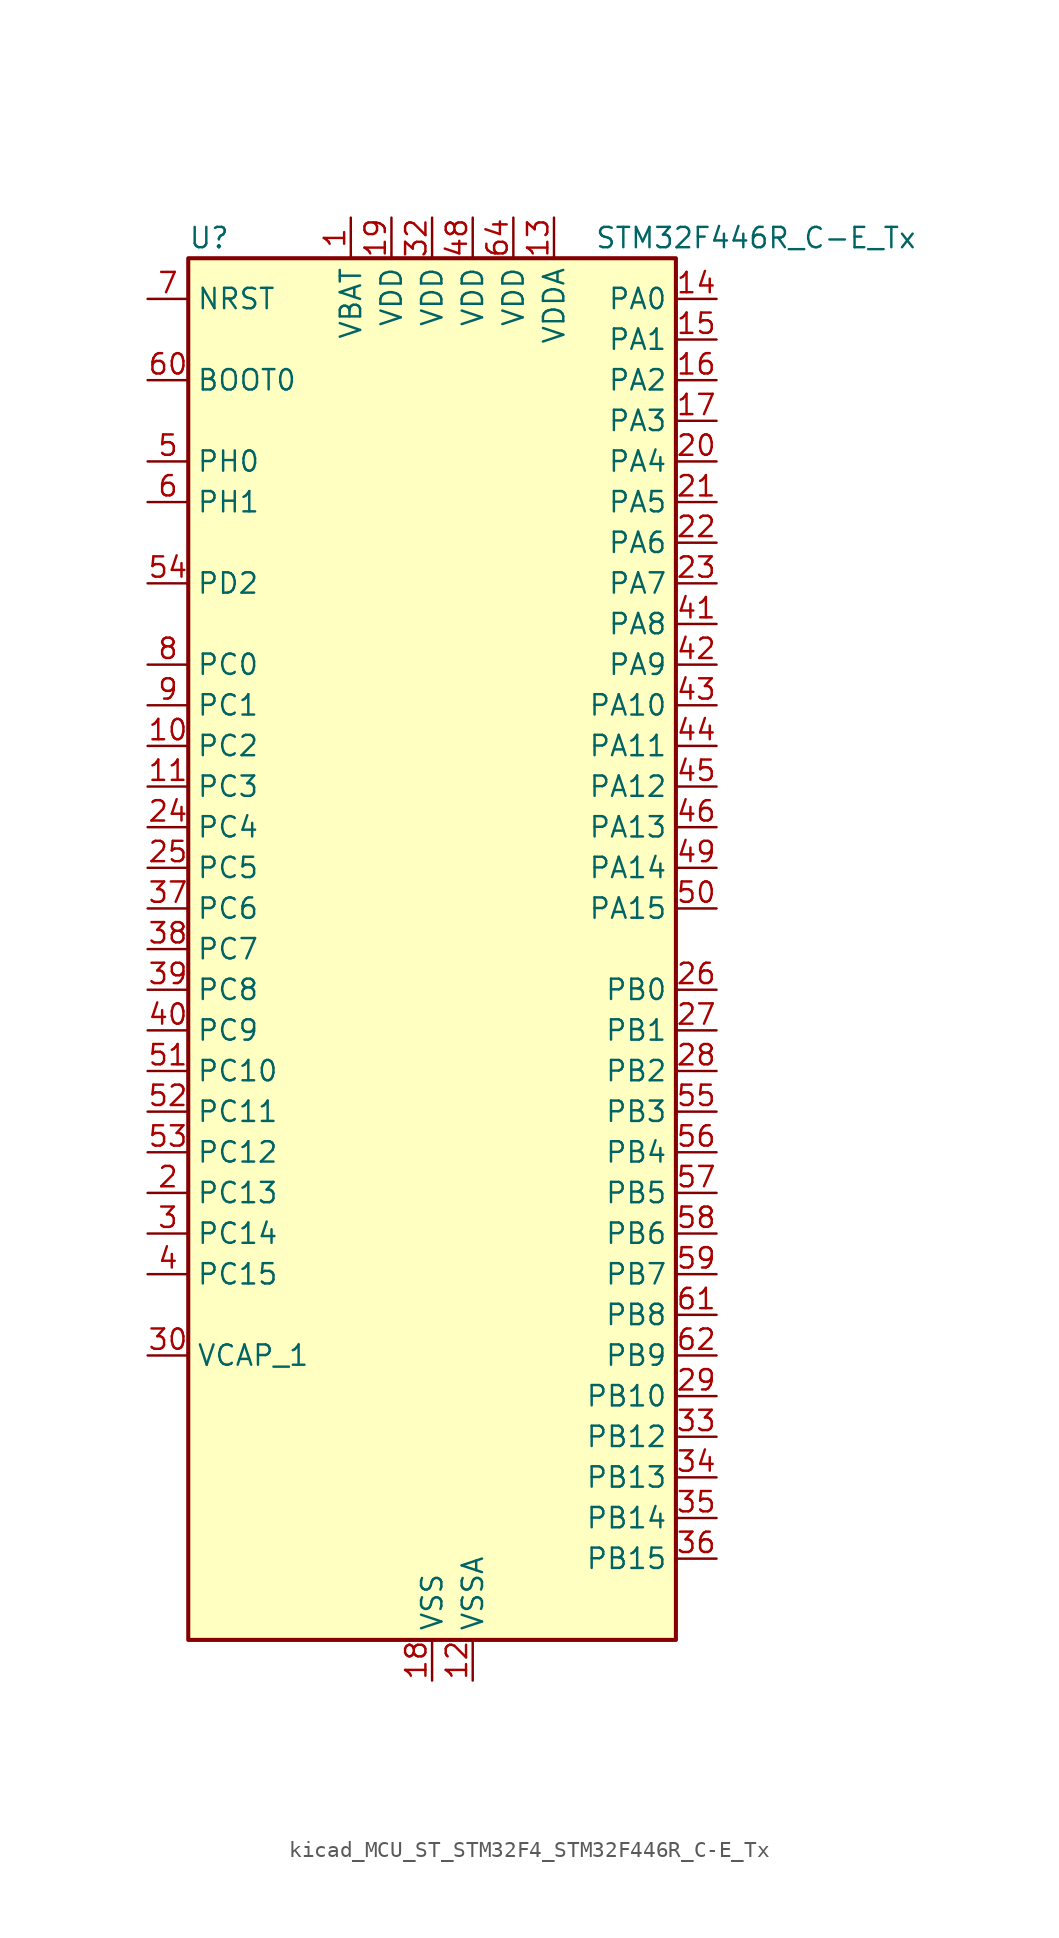
<source format=kicad_sym>
(kicad_symbol_lib
  (version 20220914)
  (generator kicad_symbol_editor)
  (symbol "kicad_MCU_ST_STM32F4_STM32F446R_C-E_Tx"
    (property "Reference" "U"
      (at -15.24 44.45 0)
      (effects (font (size 1.27 1.27)) (justify left)))
    (property "Value" "STM32F446R_C-E_Tx"
      (at 10.16 44.45 0)
      (effects (font (size 1.27 1.27)) (justify left)))
    (property "ki_locked" ""
      (at 0 0 0)
      (effects (font (size 1.27 1.27))))
    (symbol "kicad_MCU_ST_STM32F4_STM32F446R_C-E_Tx_0_1"
      (rectangle (start -15.24 -43.18) (end 15.24 43.18) (stroke (width 0.254) (type default)) (fill (type background))))
    (symbol "kicad_MCU_ST_STM32F4_STM32F446R_C-E_Tx_1_1"
      (pin power_in line (at -5.08 45.72 270) (length 2.54) (name "VBAT" (effects (font (size 1.27 1.27)))) (number "1" (effects (font (size 1.27 1.27)))))
      (pin bidirectional line (at -17.78 12.7 0) (length 2.54) (name "PC2" (effects (font (size 1.27 1.27)))) (number "10" (effects (font (size 1.27 1.27)))) (alternate "ADC1_IN12" bidirectional line) (alternate "ADC2_IN12" bidirectional line) (alternate "ADC3_IN12" bidirectional line) (alternate "SPI2_MISO" bidirectional line) (alternate "USB_OTG_HS_ULPI_DIR" bidirectional line))
      (pin bidirectional line (at -17.78 10.16 0) (length 2.54) (name "PC3" (effects (font (size 1.27 1.27)))) (number "11" (effects (font (size 1.27 1.27)))) (alternate "ADC1_IN13" bidirectional line) (alternate "ADC2_IN13" bidirectional line) (alternate "ADC3_IN13" bidirectional line) (alternate "I2S2_SD" bidirectional line) (alternate "SPI2_MOSI" bidirectional line) (alternate "USB_OTG_HS_ULPI_NXT" bidirectional line))
      (pin power_in line (at 2.54 -45.72 90) (length 2.54) (name "VSSA" (effects (font (size 1.27 1.27)))) (number "12" (effects (font (size 1.27 1.27)))))
      (pin power_in line (at 7.62 45.72 270) (length 2.54) (name "VDDA" (effects (font (size 1.27 1.27)))) (number "13" (effects (font (size 1.27 1.27)))))
      (pin bidirectional line (at 17.78 40.64 180) (length 2.54) (name "PA0" (effects (font (size 1.27 1.27)))) (number "14" (effects (font (size 1.27 1.27)))) (alternate "ADC1_IN0" bidirectional line) (alternate "ADC2_IN0" bidirectional line) (alternate "ADC3_IN0" bidirectional line) (alternate "RTC_AF2" bidirectional line) (alternate "SYS_WKUP0" bidirectional line) (alternate "TIM2_CH1" bidirectional line) (alternate "TIM2_ETR" bidirectional line) (alternate "TIM5_CH1" bidirectional line) (alternate "TIM8_ETR" bidirectional line) (alternate "UART4_TX" bidirectional line) (alternate "USART2_CTS" bidirectional line))
      (pin bidirectional line (at 17.78 38.1 180) (length 2.54) (name "PA1" (effects (font (size 1.27 1.27)))) (number "15" (effects (font (size 1.27 1.27)))) (alternate "ADC1_IN1" bidirectional line) (alternate "ADC2_IN1" bidirectional line) (alternate "ADC3_IN1" bidirectional line) (alternate "QUADSPI_BK1_IO3" bidirectional line) (alternate "TIM2_CH2" bidirectional line) (alternate "TIM5_CH2" bidirectional line) (alternate "UART4_RX" bidirectional line) (alternate "USART2_RTS" bidirectional line))
      (pin bidirectional line (at 17.78 35.56 180) (length 2.54) (name "PA2" (effects (font (size 1.27 1.27)))) (number "16" (effects (font (size 1.27 1.27)))) (alternate "ADC1_IN2" bidirectional line) (alternate "ADC2_IN2" bidirectional line) (alternate "ADC3_IN2" bidirectional line) (alternate "TIM2_CH3" bidirectional line) (alternate "TIM5_CH3" bidirectional line) (alternate "TIM9_CH1" bidirectional line) (alternate "USART2_TX" bidirectional line))
      (pin bidirectional line (at 17.78 33.02 180) (length 2.54) (name "PA3" (effects (font (size 1.27 1.27)))) (number "17" (effects (font (size 1.27 1.27)))) (alternate "ADC1_IN3" bidirectional line) (alternate "ADC2_IN3" bidirectional line) (alternate "ADC3_IN3" bidirectional line) (alternate "SAI1_FS_A" bidirectional line) (alternate "TIM2_CH4" bidirectional line) (alternate "TIM5_CH4" bidirectional line) (alternate "TIM9_CH2" bidirectional line) (alternate "USART2_RX" bidirectional line) (alternate "USB_OTG_HS_ULPI_D0" bidirectional line))
      (pin power_in line (at 0 -45.72 90) (length 2.54) (name "VSS" (effects (font (size 1.27 1.27)))) (number "18" (effects (font (size 1.27 1.27)))))
      (pin power_in line (at -2.54 45.72 270) (length 2.54) (name "VDD" (effects (font (size 1.27 1.27)))) (number "19" (effects (font (size 1.27 1.27)))))
      (pin bidirectional line (at -17.78 -15.24 0) (length 2.54) (name "PC13" (effects (font (size 1.27 1.27)))) (number "2" (effects (font (size 1.27 1.27)))) (alternate "RTC_AF1" bidirectional line) (alternate "SYS_WKUP1" bidirectional line))
      (pin bidirectional line (at 17.78 30.48 180) (length 2.54) (name "PA4" (effects (font (size 1.27 1.27)))) (number "20" (effects (font (size 1.27 1.27)))) (alternate "ADC1_IN4" bidirectional line) (alternate "ADC2_IN4" bidirectional line) (alternate "DAC_OUT1" bidirectional line) (alternate "DCMI_HSYNC" bidirectional line) (alternate "I2S1_WS" bidirectional line) (alternate "I2S3_WS" bidirectional line) (alternate "SPI1_NSS" bidirectional line) (alternate "SPI3_NSS" bidirectional line) (alternate "USART2_CK" bidirectional line) (alternate "USB_OTG_HS_SOF" bidirectional line))
      (pin bidirectional line (at 17.78 27.94 180) (length 2.54) (name "PA5" (effects (font (size 1.27 1.27)))) (number "21" (effects (font (size 1.27 1.27)))) (alternate "ADC1_IN5" bidirectional line) (alternate "ADC2_IN5" bidirectional line) (alternate "DAC_OUT2" bidirectional line) (alternate "I2S1_CK" bidirectional line) (alternate "SPI1_SCK" bidirectional line) (alternate "TIM2_CH1" bidirectional line) (alternate "TIM2_ETR" bidirectional line) (alternate "TIM8_CH1N" bidirectional line) (alternate "USB_OTG_HS_ULPI_CK" bidirectional line))
      (pin bidirectional line (at 17.78 25.4 180) (length 2.54) (name "PA6" (effects (font (size 1.27 1.27)))) (number "22" (effects (font (size 1.27 1.27)))) (alternate "ADC1_IN6" bidirectional line) (alternate "ADC2_IN6" bidirectional line) (alternate "DCMI_PIXCLK" bidirectional line) (alternate "I2S2_MCK" bidirectional line) (alternate "SPI1_MISO" bidirectional line) (alternate "TIM13_CH1" bidirectional line) (alternate "TIM1_BKIN" bidirectional line) (alternate "TIM3_CH1" bidirectional line) (alternate "TIM8_BKIN" bidirectional line))
      (pin bidirectional line (at 17.78 22.86 180) (length 2.54) (name "PA7" (effects (font (size 1.27 1.27)))) (number "23" (effects (font (size 1.27 1.27)))) (alternate "ADC1_IN7" bidirectional line) (alternate "ADC2_IN7" bidirectional line) (alternate "I2S1_SD" bidirectional line) (alternate "SPI1_MOSI" bidirectional line) (alternate "TIM14_CH1" bidirectional line) (alternate "TIM1_CH1N" bidirectional line) (alternate "TIM3_CH2" bidirectional line) (alternate "TIM8_CH1N" bidirectional line))
      (pin bidirectional line (at -17.78 7.62 0) (length 2.54) (name "PC4" (effects (font (size 1.27 1.27)))) (number "24" (effects (font (size 1.27 1.27)))) (alternate "ADC1_IN14" bidirectional line) (alternate "ADC2_IN14" bidirectional line) (alternate "I2S1_MCK" bidirectional line) (alternate "SPDIFRX_IN2" bidirectional line))
      (pin bidirectional line (at -17.78 5.08 0) (length 2.54) (name "PC5" (effects (font (size 1.27 1.27)))) (number "25" (effects (font (size 1.27 1.27)))) (alternate "ADC1_IN15" bidirectional line) (alternate "ADC2_IN15" bidirectional line) (alternate "SPDIFRX_IN3" bidirectional line) (alternate "USART3_RX" bidirectional line))
      (pin bidirectional line (at 17.78 -2.54 180) (length 2.54) (name "PB0" (effects (font (size 1.27 1.27)))) (number "26" (effects (font (size 1.27 1.27)))) (alternate "ADC1_IN8" bidirectional line) (alternate "ADC2_IN8" bidirectional line) (alternate "I2S3_SD" bidirectional line) (alternate "SDIO_D1" bidirectional line) (alternate "SPI3_MOSI" bidirectional line) (alternate "TIM1_CH2N" bidirectional line) (alternate "TIM3_CH3" bidirectional line) (alternate "TIM8_CH2N" bidirectional line) (alternate "UART4_CTS" bidirectional line) (alternate "USB_OTG_HS_ULPI_D1" bidirectional line))
      (pin bidirectional line (at 17.78 -5.08 180) (length 2.54) (name "PB1" (effects (font (size 1.27 1.27)))) (number "27" (effects (font (size 1.27 1.27)))) (alternate "ADC1_IN9" bidirectional line) (alternate "ADC2_IN9" bidirectional line) (alternate "SDIO_D2" bidirectional line) (alternate "TIM1_CH3N" bidirectional line) (alternate "TIM3_CH4" bidirectional line) (alternate "TIM8_CH3N" bidirectional line) (alternate "USB_OTG_HS_ULPI_D2" bidirectional line))
      (pin bidirectional line (at 17.78 -7.62 180) (length 2.54) (name "PB2" (effects (font (size 1.27 1.27)))) (number "28" (effects (font (size 1.27 1.27)))) (alternate "I2S3_SD" bidirectional line) (alternate "QUADSPI_CLK" bidirectional line) (alternate "SAI1_SD_A" bidirectional line) (alternate "SDIO_CK" bidirectional line) (alternate "SPI3_MOSI" bidirectional line) (alternate "TIM2_CH4" bidirectional line) (alternate "USB_OTG_HS_ULPI_D4" bidirectional line))
      (pin bidirectional line (at 17.78 -27.94 180) (length 2.54) (name "PB10" (effects (font (size 1.27 1.27)))) (number "29" (effects (font (size 1.27 1.27)))) (alternate "I2C2_SCL" bidirectional line) (alternate "I2S2_CK" bidirectional line) (alternate "SAI1_SCK_A" bidirectional line) (alternate "SPI2_SCK" bidirectional line) (alternate "TIM2_CH3" bidirectional line) (alternate "USART3_TX" bidirectional line) (alternate "USB_OTG_HS_ULPI_D3" bidirectional line))
      (pin bidirectional line (at -17.78 -17.78 0) (length 2.54) (name "PC14" (effects (font (size 1.27 1.27)))) (number "3" (effects (font (size 1.27 1.27)))) (alternate "RCC_OSC32_IN" bidirectional line))
      (pin power_out line (at -17.78 -25.4 0) (length 2.54) (name "VCAP_1" (effects (font (size 1.27 1.27)))) (number "30" (effects (font (size 1.27 1.27)))))
      (pin passive line (at 0 -45.72 90) (length 2.54) hide (name "VSS" (effects (font (size 1.27 1.27)))) (number "31" (effects (font (size 1.27 1.27)))))
      (pin power_in line (at 0 45.72 270) (length 2.54) (name "VDD" (effects (font (size 1.27 1.27)))) (number "32" (effects (font (size 1.27 1.27)))))
      (pin bidirectional line (at 17.78 -30.48 180) (length 2.54) (name "PB12" (effects (font (size 1.27 1.27)))) (number "33" (effects (font (size 1.27 1.27)))) (alternate "CAN2_RX" bidirectional line) (alternate "I2C2_SMBA" bidirectional line) (alternate "I2S2_WS" bidirectional line) (alternate "SAI1_SCK_B" bidirectional line) (alternate "SPI2_NSS" bidirectional line) (alternate "TIM1_BKIN" bidirectional line) (alternate "USART3_CK" bidirectional line) (alternate "USB_OTG_HS_ID" bidirectional line) (alternate "USB_OTG_HS_ULPI_D5" bidirectional line))
      (pin bidirectional line (at 17.78 -33.02 180) (length 2.54) (name "PB13" (effects (font (size 1.27 1.27)))) (number "34" (effects (font (size 1.27 1.27)))) (alternate "CAN2_TX" bidirectional line) (alternate "I2S2_CK" bidirectional line) (alternate "SPI2_SCK" bidirectional line) (alternate "TIM1_CH1N" bidirectional line) (alternate "USART3_CTS" bidirectional line) (alternate "USB_OTG_HS_ULPI_D6" bidirectional line) (alternate "USB_OTG_HS_VBUS" bidirectional line))
      (pin bidirectional line (at 17.78 -35.56 180) (length 2.54) (name "PB14" (effects (font (size 1.27 1.27)))) (number "35" (effects (font (size 1.27 1.27)))) (alternate "SPI2_MISO" bidirectional line) (alternate "TIM12_CH1" bidirectional line) (alternate "TIM1_CH2N" bidirectional line) (alternate "TIM8_CH2N" bidirectional line) (alternate "USART3_RTS" bidirectional line) (alternate "USB_OTG_HS_DM" bidirectional line))
      (pin bidirectional line (at 17.78 -38.1 180) (length 2.54) (name "PB15" (effects (font (size 1.27 1.27)))) (number "36" (effects (font (size 1.27 1.27)))) (alternate "ADC1_EXTI15" bidirectional line) (alternate "ADC2_EXTI15" bidirectional line) (alternate "ADC3_EXTI15" bidirectional line) (alternate "I2S2_SD" bidirectional line) (alternate "RTC_REFIN" bidirectional line) (alternate "SPI2_MOSI" bidirectional line) (alternate "TIM12_CH2" bidirectional line) (alternate "TIM1_CH3N" bidirectional line) (alternate "TIM8_CH3N" bidirectional line) (alternate "USB_OTG_HS_DP" bidirectional line))
      (pin bidirectional line (at -17.78 2.54 0) (length 2.54) (name "PC6" (effects (font (size 1.27 1.27)))) (number "37" (effects (font (size 1.27 1.27)))) (alternate "DCMI_D0" bidirectional line) (alternate "FMPI2C1_SCL" bidirectional line) (alternate "I2S2_MCK" bidirectional line) (alternate "SDIO_D6" bidirectional line) (alternate "TIM3_CH1" bidirectional line) (alternate "TIM8_CH1" bidirectional line) (alternate "USART6_TX" bidirectional line))
      (pin bidirectional line (at -17.78 0 0) (length 2.54) (name "PC7" (effects (font (size 1.27 1.27)))) (number "38" (effects (font (size 1.27 1.27)))) (alternate "DCMI_D1" bidirectional line) (alternate "FMPI2C1_SDA" bidirectional line) (alternate "I2S2_CK" bidirectional line) (alternate "I2S3_MCK" bidirectional line) (alternate "SDIO_D7" bidirectional line) (alternate "SPDIFRX_IN1" bidirectional line) (alternate "SPI2_SCK" bidirectional line) (alternate "TIM3_CH2" bidirectional line) (alternate "TIM8_CH2" bidirectional line) (alternate "USART6_RX" bidirectional line))
      (pin bidirectional line (at -17.78 -2.54 0) (length 2.54) (name "PC8" (effects (font (size 1.27 1.27)))) (number "39" (effects (font (size 1.27 1.27)))) (alternate "DCMI_D2" bidirectional line) (alternate "SDIO_D0" bidirectional line) (alternate "SYS_TRACED0" bidirectional line) (alternate "TIM3_CH3" bidirectional line) (alternate "TIM8_CH3" bidirectional line) (alternate "UART5_RTS" bidirectional line) (alternate "USART6_CK" bidirectional line))
      (pin bidirectional line (at -17.78 -20.32 0) (length 2.54) (name "PC15" (effects (font (size 1.27 1.27)))) (number "4" (effects (font (size 1.27 1.27)))) (alternate "ADC1_EXTI15" bidirectional line) (alternate "ADC2_EXTI15" bidirectional line) (alternate "ADC3_EXTI15" bidirectional line) (alternate "RCC_OSC32_OUT" bidirectional line))
      (pin bidirectional line (at -17.78 -5.08 0) (length 2.54) (name "PC9" (effects (font (size 1.27 1.27)))) (number "40" (effects (font (size 1.27 1.27)))) (alternate "DAC_EXTI9" bidirectional line) (alternate "DCMI_D3" bidirectional line) (alternate "I2C3_SDA" bidirectional line) (alternate "I2S_CKIN" bidirectional line) (alternate "QUADSPI_BK1_IO0" bidirectional line) (alternate "RCC_MCO_2" bidirectional line) (alternate "SDIO_D1" bidirectional line) (alternate "TIM3_CH4" bidirectional line) (alternate "TIM8_CH4" bidirectional line) (alternate "UART5_CTS" bidirectional line))
      (pin bidirectional line (at 17.78 20.32 180) (length 2.54) (name "PA8" (effects (font (size 1.27 1.27)))) (number "41" (effects (font (size 1.27 1.27)))) (alternate "I2C3_SCL" bidirectional line) (alternate "RCC_MCO_1" bidirectional line) (alternate "TIM1_CH1" bidirectional line) (alternate "USART1_CK" bidirectional line) (alternate "USB_OTG_FS_SOF" bidirectional line))
      (pin bidirectional line (at 17.78 17.78 180) (length 2.54) (name "PA9" (effects (font (size 1.27 1.27)))) (number "42" (effects (font (size 1.27 1.27)))) (alternate "DAC_EXTI9" bidirectional line) (alternate "DCMI_D0" bidirectional line) (alternate "I2C3_SMBA" bidirectional line) (alternate "I2S2_CK" bidirectional line) (alternate "SAI1_SD_B" bidirectional line) (alternate "SPI2_SCK" bidirectional line) (alternate "TIM1_CH2" bidirectional line) (alternate "USART1_TX" bidirectional line) (alternate "USB_OTG_FS_VBUS" bidirectional line))
      (pin bidirectional line (at 17.78 15.24 180) (length 2.54) (name "PA10" (effects (font (size 1.27 1.27)))) (number "43" (effects (font (size 1.27 1.27)))) (alternate "DCMI_D1" bidirectional line) (alternate "TIM1_CH3" bidirectional line) (alternate "USART1_RX" bidirectional line) (alternate "USB_OTG_FS_ID" bidirectional line))
      (pin bidirectional line (at 17.78 12.7 180) (length 2.54) (name "PA11" (effects (font (size 1.27 1.27)))) (number "44" (effects (font (size 1.27 1.27)))) (alternate "ADC1_EXTI11" bidirectional line) (alternate "ADC2_EXTI11" bidirectional line) (alternate "ADC3_EXTI11" bidirectional line) (alternate "CAN1_RX" bidirectional line) (alternate "TIM1_CH4" bidirectional line) (alternate "USART1_CTS" bidirectional line) (alternate "USB_OTG_FS_DM" bidirectional line))
      (pin bidirectional line (at 17.78 10.16 180) (length 2.54) (name "PA12" (effects (font (size 1.27 1.27)))) (number "45" (effects (font (size 1.27 1.27)))) (alternate "CAN1_TX" bidirectional line) (alternate "TIM1_ETR" bidirectional line) (alternate "USART1_RTS" bidirectional line) (alternate "USB_OTG_FS_DP" bidirectional line))
      (pin bidirectional line (at 17.78 7.62 180) (length 2.54) (name "PA13" (effects (font (size 1.27 1.27)))) (number "46" (effects (font (size 1.27 1.27)))) (alternate "SYS_JTMS-SWDIO" bidirectional line))
      (pin passive line (at 0 -45.72 90) (length 2.54) hide (name "VSS" (effects (font (size 1.27 1.27)))) (number "47" (effects (font (size 1.27 1.27)))))
      (pin power_in line (at 2.54 45.72 270) (length 2.54) (name "VDD" (effects (font (size 1.27 1.27)))) (number "48" (effects (font (size 1.27 1.27)))))
      (pin bidirectional line (at 17.78 5.08 180) (length 2.54) (name "PA14" (effects (font (size 1.27 1.27)))) (number "49" (effects (font (size 1.27 1.27)))) (alternate "SYS_JTCK-SWCLK" bidirectional line))
      (pin bidirectional line (at -17.78 30.48 0) (length 2.54) (name "PH0" (effects (font (size 1.27 1.27)))) (number "5" (effects (font (size 1.27 1.27)))) (alternate "RCC_OSC_IN" bidirectional line))
      (pin bidirectional line (at 17.78 2.54 180) (length 2.54) (name "PA15" (effects (font (size 1.27 1.27)))) (number "50" (effects (font (size 1.27 1.27)))) (alternate "ADC1_EXTI15" bidirectional line) (alternate "ADC2_EXTI15" bidirectional line) (alternate "ADC3_EXTI15" bidirectional line) (alternate "CEC" bidirectional line) (alternate "I2S1_WS" bidirectional line) (alternate "I2S3_WS" bidirectional line) (alternate "SPI1_NSS" bidirectional line) (alternate "SPI3_NSS" bidirectional line) (alternate "SYS_JTDI" bidirectional line) (alternate "TIM2_CH1" bidirectional line) (alternate "TIM2_ETR" bidirectional line) (alternate "UART4_RTS" bidirectional line))
      (pin bidirectional line (at -17.78 -7.62 0) (length 2.54) (name "PC10" (effects (font (size 1.27 1.27)))) (number "51" (effects (font (size 1.27 1.27)))) (alternate "DCMI_D8" bidirectional line) (alternate "I2S3_CK" bidirectional line) (alternate "QUADSPI_BK1_IO1" bidirectional line) (alternate "SDIO_D2" bidirectional line) (alternate "SPI3_SCK" bidirectional line) (alternate "UART4_TX" bidirectional line) (alternate "USART3_TX" bidirectional line))
      (pin bidirectional line (at -17.78 -10.16 0) (length 2.54) (name "PC11" (effects (font (size 1.27 1.27)))) (number "52" (effects (font (size 1.27 1.27)))) (alternate "ADC1_EXTI11" bidirectional line) (alternate "ADC2_EXTI11" bidirectional line) (alternate "ADC3_EXTI11" bidirectional line) (alternate "DCMI_D4" bidirectional line) (alternate "QUADSPI_BK2_NCS" bidirectional line) (alternate "SDIO_D3" bidirectional line) (alternate "SPI3_MISO" bidirectional line) (alternate "UART4_RX" bidirectional line) (alternate "USART3_RX" bidirectional line))
      (pin bidirectional line (at -17.78 -12.7 0) (length 2.54) (name "PC12" (effects (font (size 1.27 1.27)))) (number "53" (effects (font (size 1.27 1.27)))) (alternate "DCMI_D9" bidirectional line) (alternate "I2C2_SDA" bidirectional line) (alternate "I2S3_SD" bidirectional line) (alternate "SDIO_CK" bidirectional line) (alternate "SPI3_MOSI" bidirectional line) (alternate "UART5_TX" bidirectional line) (alternate "USART3_CK" bidirectional line))
      (pin bidirectional line (at -17.78 22.86 0) (length 2.54) (name "PD2" (effects (font (size 1.27 1.27)))) (number "54" (effects (font (size 1.27 1.27)))) (alternate "DCMI_D11" bidirectional line) (alternate "SDIO_CMD" bidirectional line) (alternate "TIM3_ETR" bidirectional line) (alternate "UART5_RX" bidirectional line))
      (pin bidirectional line (at 17.78 -10.16 180) (length 2.54) (name "PB3" (effects (font (size 1.27 1.27)))) (number "55" (effects (font (size 1.27 1.27)))) (alternate "I2C2_SDA" bidirectional line) (alternate "I2S1_CK" bidirectional line) (alternate "I2S3_CK" bidirectional line) (alternate "SPI1_SCK" bidirectional line) (alternate "SPI3_SCK" bidirectional line) (alternate "SYS_JTDO-SWO" bidirectional line) (alternate "TIM2_CH2" bidirectional line))
      (pin bidirectional line (at 17.78 -12.7 180) (length 2.54) (name "PB4" (effects (font (size 1.27 1.27)))) (number "56" (effects (font (size 1.27 1.27)))) (alternate "I2C3_SDA" bidirectional line) (alternate "I2S2_WS" bidirectional line) (alternate "SPI1_MISO" bidirectional line) (alternate "SPI2_NSS" bidirectional line) (alternate "SPI3_MISO" bidirectional line) (alternate "SYS_JTRST" bidirectional line) (alternate "TIM3_CH1" bidirectional line))
      (pin bidirectional line (at 17.78 -15.24 180) (length 2.54) (name "PB5" (effects (font (size 1.27 1.27)))) (number "57" (effects (font (size 1.27 1.27)))) (alternate "CAN2_RX" bidirectional line) (alternate "DCMI_D10" bidirectional line) (alternate "I2C1_SMBA" bidirectional line) (alternate "I2S1_SD" bidirectional line) (alternate "I2S3_SD" bidirectional line) (alternate "SPI1_MOSI" bidirectional line) (alternate "SPI3_MOSI" bidirectional line) (alternate "TIM3_CH2" bidirectional line) (alternate "USB_OTG_HS_ULPI_D7" bidirectional line))
      (pin bidirectional line (at 17.78 -17.78 180) (length 2.54) (name "PB6" (effects (font (size 1.27 1.27)))) (number "58" (effects (font (size 1.27 1.27)))) (alternate "CAN2_TX" bidirectional line) (alternate "CEC" bidirectional line) (alternate "DCMI_D5" bidirectional line) (alternate "I2C1_SCL" bidirectional line) (alternate "QUADSPI_BK1_NCS" bidirectional line) (alternate "TIM4_CH1" bidirectional line) (alternate "USART1_TX" bidirectional line))
      (pin bidirectional line (at 17.78 -20.32 180) (length 2.54) (name "PB7" (effects (font (size 1.27 1.27)))) (number "59" (effects (font (size 1.27 1.27)))) (alternate "DCMI_VSYNC" bidirectional line) (alternate "I2C1_SDA" bidirectional line) (alternate "SPDIFRX_IN0" bidirectional line) (alternate "TIM4_CH2" bidirectional line) (alternate "USART1_RX" bidirectional line))
      (pin bidirectional line (at -17.78 27.94 0) (length 2.54) (name "PH1" (effects (font (size 1.27 1.27)))) (number "6" (effects (font (size 1.27 1.27)))) (alternate "RCC_OSC_OUT" bidirectional line))
      (pin input line (at -17.78 35.56 0) (length 2.54) (name "BOOT0" (effects (font (size 1.27 1.27)))) (number "60" (effects (font (size 1.27 1.27)))))
      (pin bidirectional line (at 17.78 -22.86 180) (length 2.54) (name "PB8" (effects (font (size 1.27 1.27)))) (number "61" (effects (font (size 1.27 1.27)))) (alternate "CAN1_RX" bidirectional line) (alternate "DCMI_D6" bidirectional line) (alternate "I2C1_SCL" bidirectional line) (alternate "SDIO_D4" bidirectional line) (alternate "TIM10_CH1" bidirectional line) (alternate "TIM2_CH1" bidirectional line) (alternate "TIM2_ETR" bidirectional line) (alternate "TIM4_CH3" bidirectional line))
      (pin bidirectional line (at 17.78 -25.4 180) (length 2.54) (name "PB9" (effects (font (size 1.27 1.27)))) (number "62" (effects (font (size 1.27 1.27)))) (alternate "CAN1_TX" bidirectional line) (alternate "DAC_EXTI9" bidirectional line) (alternate "DCMI_D7" bidirectional line) (alternate "I2C1_SDA" bidirectional line) (alternate "I2S2_WS" bidirectional line) (alternate "SAI1_FS_B" bidirectional line) (alternate "SDIO_D5" bidirectional line) (alternate "SPI2_NSS" bidirectional line) (alternate "TIM11_CH1" bidirectional line) (alternate "TIM2_CH2" bidirectional line) (alternate "TIM4_CH4" bidirectional line))
      (pin passive line (at 0 -45.72 90) (length 2.54) hide (name "VSS" (effects (font (size 1.27 1.27)))) (number "63" (effects (font (size 1.27 1.27)))))
      (pin power_in line (at 5.08 45.72 270) (length 2.54) (name "VDD" (effects (font (size 1.27 1.27)))) (number "64" (effects (font (size 1.27 1.27)))))
      (pin input line (at -17.78 40.64 0) (length 2.54) (name "NRST" (effects (font (size 1.27 1.27)))) (number "7" (effects (font (size 1.27 1.27)))))
      (pin bidirectional line (at -17.78 17.78 0) (length 2.54) (name "PC0" (effects (font (size 1.27 1.27)))) (number "8" (effects (font (size 1.27 1.27)))) (alternate "ADC1_IN10" bidirectional line) (alternate "ADC2_IN10" bidirectional line) (alternate "ADC3_IN10" bidirectional line) (alternate "SAI1_MCLK_B" bidirectional line) (alternate "USB_OTG_HS_ULPI_STP" bidirectional line))
      (pin bidirectional line (at -17.78 15.24 0) (length 2.54) (name "PC1" (effects (font (size 1.27 1.27)))) (number "9" (effects (font (size 1.27 1.27)))) (alternate "ADC1_IN11" bidirectional line) (alternate "ADC2_IN11" bidirectional line) (alternate "ADC3_IN11" bidirectional line) (alternate "I2S2_SD" bidirectional line) (alternate "I2S3_SD" bidirectional line) (alternate "SAI1_SD_A" bidirectional line) (alternate "SPI2_MOSI" bidirectional line) (alternate "SPI3_MOSI" bidirectional line)))))
</source>
